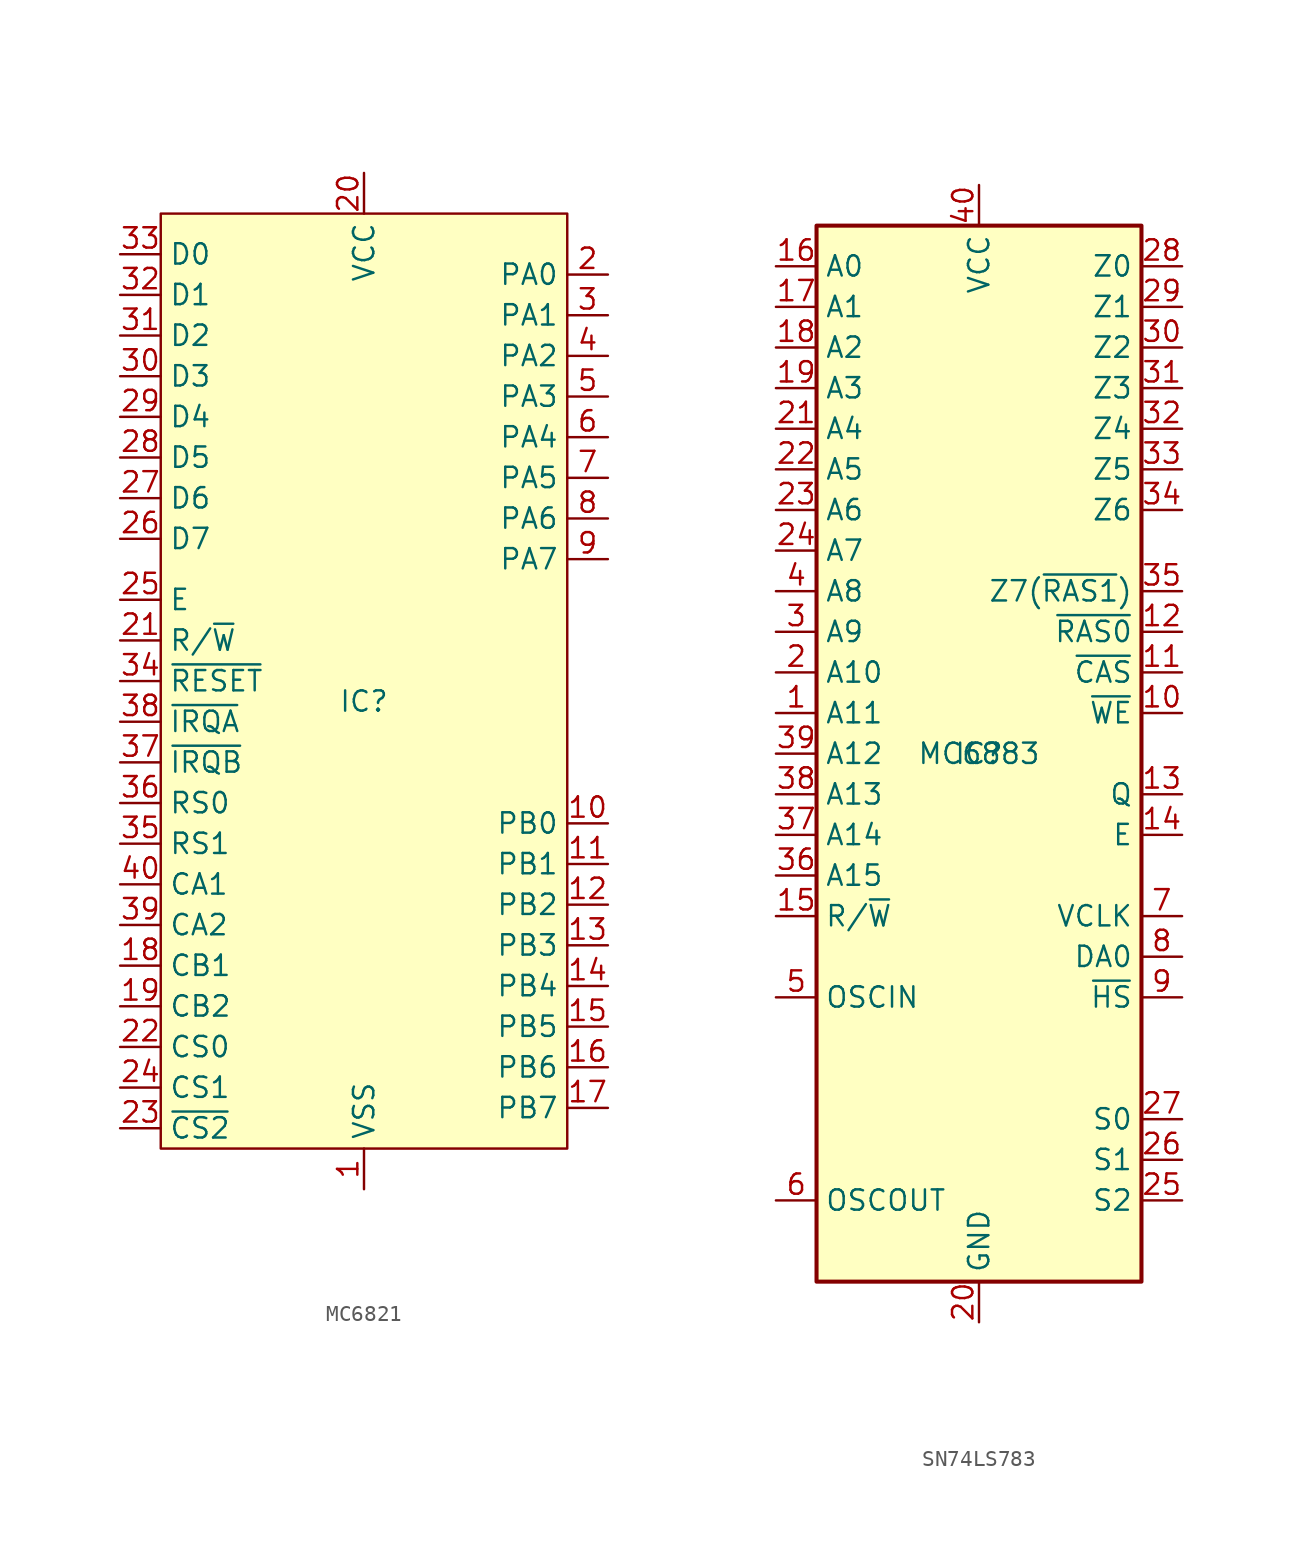
<source format=kicad_sym>
(kicad_symbol_lib
  (version 20241209)
  (generator "kicad_symbol_editor")
  (generator_version "9.0")
  (symbol "MC6821"
    (property "Reference" "IC"
      (at 0 0 0)
      (effects (font (size 1.27 1.27))))
    (property "Value" ""
      (at 0 0 0)
      (effects (font (size 1.27 1.27))))
    (symbol "MC6821_0_1"
      (rectangle (start -12.7 30.48) (end 12.7 -27.94) (stroke (width 0) (type default)) (fill (type background))))
    (symbol "MC6821_1_1"
      (pin bidirectional line (at -15.24 27.94 0) (length 2.54) (name "D0" (effects (font (size 1.27 1.27)))) (number "33" (effects (font (size 1.27 1.27)))))
      (pin bidirectional line (at -15.24 25.4 0) (length 2.54) (name "D1" (effects (font (size 1.27 1.27)))) (number "32" (effects (font (size 1.27 1.27)))))
      (pin bidirectional line (at -15.24 22.86 0) (length 2.54) (name "D2" (effects (font (size 1.27 1.27)))) (number "31" (effects (font (size 1.27 1.27)))))
      (pin bidirectional line (at -15.24 20.32 0) (length 2.54) (name "D3" (effects (font (size 1.27 1.27)))) (number "30" (effects (font (size 1.27 1.27)))))
      (pin bidirectional line (at -15.24 17.78 0) (length 2.54) (name "D4" (effects (font (size 1.27 1.27)))) (number "29" (effects (font (size 1.27 1.27)))))
      (pin bidirectional line (at -15.24 15.24 0) (length 2.54) (name "D5" (effects (font (size 1.27 1.27)))) (number "28" (effects (font (size 1.27 1.27)))))
      (pin bidirectional line (at -15.24 12.7 0) (length 2.54) (name "D6" (effects (font (size 1.27 1.27)))) (number "27" (effects (font (size 1.27 1.27)))))
      (pin bidirectional line (at -15.24 10.16 0) (length 2.54) (name "D7" (effects (font (size 1.27 1.27)))) (number "26" (effects (font (size 1.27 1.27)))))
      (pin input line (at -15.24 6.35 0) (length 2.54) (name "E" (effects (font (size 1.27 1.27)))) (number "25" (effects (font (size 1.27 1.27)))))
      (pin input line (at -15.24 3.81 0) (length 2.54) (name "R/~{W}" (effects (font (size 1.27 1.27)))) (number "21" (effects (font (size 1.27 1.27)))))
      (pin input line (at -15.24 1.27 0) (length 2.54) (name "~{RESET}" (effects (font (size 1.27 1.27)))) (number "34" (effects (font (size 1.27 1.27)))))
      (pin input line (at -15.24 -1.27 0) (length 2.54) (name "~{IRQA}" (effects (font (size 1.27 1.27)))) (number "38" (effects (font (size 1.27 1.27)))))
      (pin input line (at -15.24 -3.81 0) (length 2.54) (name "~{IRQB}" (effects (font (size 1.27 1.27)))) (number "37" (effects (font (size 1.27 1.27)))))
      (pin input line (at -15.24 -6.35 0) (length 2.54) (name "RS0" (effects (font (size 1.27 1.27)))) (number "36" (effects (font (size 1.27 1.27)))))
      (pin input line (at -15.24 -8.89 0) (length 2.54) (name "RS1" (effects (font (size 1.27 1.27)))) (number "35" (effects (font (size 1.27 1.27)))))
      (pin input line (at -15.24 -11.43 0) (length 2.54) (name "CA1" (effects (font (size 1.27 1.27)))) (number "40" (effects (font (size 1.27 1.27)))))
      (pin input line (at -15.24 -13.97 0) (length 2.54) (name "CA2" (effects (font (size 1.27 1.27)))) (number "39" (effects (font (size 1.27 1.27)))))
      (pin input line (at -15.24 -16.51 0) (length 2.54) (name "CB1" (effects (font (size 1.27 1.27)))) (number "18" (effects (font (size 1.27 1.27)))))
      (pin input line (at -15.24 -19.05 0) (length 2.54) (name "CB2" (effects (font (size 1.27 1.27)))) (number "19" (effects (font (size 1.27 1.27)))))
      (pin input line (at -15.24 -21.59 0) (length 2.54) (name "CS0" (effects (font (size 1.27 1.27)))) (number "22" (effects (font (size 1.27 1.27)))))
      (pin input line (at -15.24 -24.13 0) (length 2.54) (name "CS1" (effects (font (size 1.27 1.27)))) (number "24" (effects (font (size 1.27 1.27)))))
      (pin input line (at -15.24 -26.67 0) (length 2.54) (name "~{CS2}" (effects (font (size 1.27 1.27)))) (number "23" (effects (font (size 1.27 1.27)))))
      (pin power_in line (at 0 33.02 270) (length 2.54) (name "VCC" (effects (font (size 1.27 1.27)))) (number "20" (effects (font (size 1.27 1.27)))))
      (pin power_in line (at 0 -30.48 90) (length 2.54) (name "VSS" (effects (font (size 1.27 1.27)))) (number "1" (effects (font (size 1.27 1.27)))))
      (pin bidirectional line (at 15.24 26.67 180) (length 2.54) (name "PA0" (effects (font (size 1.27 1.27)))) (number "2" (effects (font (size 1.27 1.27)))))
      (pin bidirectional line (at 15.24 24.13 180) (length 2.54) (name "PA1" (effects (font (size 1.27 1.27)))) (number "3" (effects (font (size 1.27 1.27)))))
      (pin bidirectional line (at 15.24 21.59 180) (length 2.54) (name "PA2" (effects (font (size 1.27 1.27)))) (number "4" (effects (font (size 1.27 1.27)))))
      (pin bidirectional line (at 15.24 19.05 180) (length 2.54) (name "PA3" (effects (font (size 1.27 1.27)))) (number "5" (effects (font (size 1.27 1.27)))))
      (pin bidirectional line (at 15.24 16.51 180) (length 2.54) (name "PA4" (effects (font (size 1.27 1.27)))) (number "6" (effects (font (size 1.27 1.27)))))
      (pin bidirectional line (at 15.24 13.97 180) (length 2.54) (name "PA5" (effects (font (size 1.27 1.27)))) (number "7" (effects (font (size 1.27 1.27)))))
      (pin bidirectional line (at 15.24 11.43 180) (length 2.54) (name "PA6" (effects (font (size 1.27 1.27)))) (number "8" (effects (font (size 1.27 1.27)))))
      (pin bidirectional line (at 15.24 8.89 180) (length 2.54) (name "PA7" (effects (font (size 1.27 1.27)))) (number "9" (effects (font (size 1.27 1.27)))))
      (pin bidirectional line (at 15.24 -7.62 180) (length 2.54) (name "PB0" (effects (font (size 1.27 1.27)))) (number "10" (effects (font (size 1.27 1.27)))))
      (pin bidirectional line (at 15.24 -10.16 180) (length 2.54) (name "PB1" (effects (font (size 1.27 1.27)))) (number "11" (effects (font (size 1.27 1.27)))))
      (pin bidirectional line (at 15.24 -12.7 180) (length 2.54) (name "PB2" (effects (font (size 1.27 1.27)))) (number "12" (effects (font (size 1.27 1.27)))))
      (pin bidirectional line (at 15.24 -15.24 180) (length 2.54) (name "PB3" (effects (font (size 1.27 1.27)))) (number "13" (effects (font (size 1.27 1.27)))))
      (pin bidirectional line (at 15.24 -17.78 180) (length 2.54) (name "PB4" (effects (font (size 1.27 1.27)))) (number "14" (effects (font (size 1.27 1.27)))))
      (pin bidirectional line (at 15.24 -20.32 180) (length 2.54) (name "PB5" (effects (font (size 1.27 1.27)))) (number "15" (effects (font (size 1.27 1.27)))))
      (pin bidirectional line (at 15.24 -22.86 180) (length 2.54) (name "PB6" (effects (font (size 1.27 1.27)))) (number "16" (effects (font (size 1.27 1.27)))))
      (pin bidirectional line (at 15.24 -25.4 180) (length 2.54) (name "PB7" (effects (font (size 1.27 1.27)))) (number "17" (effects (font (size 1.27 1.27)))))))
  (symbol "SN74LS783"
    (property "Reference" "IC"
      (at 0 0 0)
      (effects (font (size 1.27 1.27))))
    (property "Value" "MC6883"
      (at 0 0 0)
      (effects (font (size 1.27 1.27))))
    (symbol "SN74LS783_0_1"
      (rectangle (start -10.16 -33.02) (end 10.16 33.02) (stroke (width 0.254) (type default)) (fill (type background))))
    (symbol "SN74LS783_1_1"
      (pin input line (at -12.7 30.48 0) (length 2.54) (name "A0" (effects (font (size 1.27 1.27)))) (number "16" (effects (font (size 1.27 1.27)))))
      (pin input line (at -12.7 27.94 0) (length 2.54) (name "A1" (effects (font (size 1.27 1.27)))) (number "17" (effects (font (size 1.27 1.27)))))
      (pin input line (at -12.7 25.4 0) (length 2.54) (name "A2" (effects (font (size 1.27 1.27)))) (number "18" (effects (font (size 1.27 1.27)))))
      (pin input line (at -12.7 22.86 0) (length 2.54) (name "A3" (effects (font (size 1.27 1.27)))) (number "19" (effects (font (size 1.27 1.27)))))
      (pin input line (at -12.7 20.32 0) (length 2.54) (name "A4" (effects (font (size 1.27 1.27)))) (number "21" (effects (font (size 1.27 1.27)))))
      (pin input line (at -12.7 17.78 0) (length 2.54) (name "A5" (effects (font (size 1.27 1.27)))) (number "22" (effects (font (size 1.27 1.27)))))
      (pin input line (at -12.7 15.24 0) (length 2.54) (name "A6" (effects (font (size 1.27 1.27)))) (number "23" (effects (font (size 1.27 1.27)))))
      (pin input line (at -12.7 12.7 0) (length 2.54) (name "A7" (effects (font (size 1.27 1.27)))) (number "24" (effects (font (size 1.27 1.27)))))
      (pin input line (at -12.7 10.16 0) (length 2.54) (name "A8" (effects (font (size 1.27 1.27)))) (number "4" (effects (font (size 1.27 1.27)))))
      (pin input line (at -12.7 7.62 0) (length 2.54) (name "A9" (effects (font (size 1.27 1.27)))) (number "3" (effects (font (size 1.27 1.27)))))
      (pin input line (at -12.7 5.08 0) (length 2.54) (name "A10" (effects (font (size 1.27 1.27)))) (number "2" (effects (font (size 1.27 1.27)))))
      (pin input line (at -12.7 2.54 0) (length 2.54) (name "A11" (effects (font (size 1.27 1.27)))) (number "1" (effects (font (size 1.27 1.27)))))
      (pin input line (at -12.7 0 0) (length 2.54) (name "A12" (effects (font (size 1.27 1.27)))) (number "39" (effects (font (size 1.27 1.27)))))
      (pin input line (at -12.7 -2.54 0) (length 2.54) (name "A13" (effects (font (size 1.27 1.27)))) (number "38" (effects (font (size 1.27 1.27)))))
      (pin input line (at -12.7 -5.08 0) (length 2.54) (name "A14" (effects (font (size 1.27 1.27)))) (number "37" (effects (font (size 1.27 1.27)))))
      (pin input line (at -12.7 -7.62 0) (length 2.54) (name "A15" (effects (font (size 1.27 1.27)))) (number "36" (effects (font (size 1.27 1.27)))))
      (pin output line (at -12.7 -10.16 0) (length 2.54) (name "R/~{W}" (effects (font (size 1.27 1.27)))) (number "15" (effects (font (size 1.27 1.27)))))
      (pin input line (at -12.7 -15.24 0) (length 2.54) (name "OSCIN" (effects (font (size 1.27 1.27)))) (number "5" (effects (font (size 1.27 1.27)))))
      (pin output line (at -12.7 -27.94 0) (length 2.54) (name "OSCOUT" (effects (font (size 1.27 1.27)))) (number "6" (effects (font (size 1.27 1.27)))))
      (pin power_in line (at 0 35.56 270) (length 2.54) (name "VCC" (effects (font (size 1.27 1.27)))) (number "40" (effects (font (size 1.27 1.27)))))
      (pin power_in line (at 0 -35.56 90) (length 2.54) (name "GND" (effects (font (size 1.27 1.27)))) (number "20" (effects (font (size 1.27 1.27)))))
      (pin output line (at 12.7 30.48 180) (length 2.54) (name "Z0" (effects (font (size 1.27 1.27)))) (number "28" (effects (font (size 1.27 1.27)))))
      (pin output line (at 12.7 27.94 180) (length 2.54) (name "Z1" (effects (font (size 1.27 1.27)))) (number "29" (effects (font (size 1.27 1.27)))))
      (pin output line (at 12.7 25.4 180) (length 2.54) (name "Z2" (effects (font (size 1.27 1.27)))) (number "30" (effects (font (size 1.27 1.27)))))
      (pin output line (at 12.7 22.86 180) (length 2.54) (name "Z3" (effects (font (size 1.27 1.27)))) (number "31" (effects (font (size 1.27 1.27)))))
      (pin output line (at 12.7 20.32 180) (length 2.54) (name "Z4" (effects (font (size 1.27 1.27)))) (number "32" (effects (font (size 1.27 1.27)))))
      (pin output line (at 12.7 17.78 180) (length 2.54) (name "Z5" (effects (font (size 1.27 1.27)))) (number "33" (effects (font (size 1.27 1.27)))))
      (pin output line (at 12.7 15.24 180) (length 2.54) (name "Z6" (effects (font (size 1.27 1.27)))) (number "34" (effects (font (size 1.27 1.27)))))
      (pin output line (at 12.7 10.16 180) (length 2.54) (name "Z7(~{RAS1})" (effects (font (size 1.27 1.27)))) (number "35" (effects (font (size 1.27 1.27)))))
      (pin output line (at 12.7 7.62 180) (length 2.54) (name "~{RAS0}" (effects (font (size 1.27 1.27)))) (number "12" (effects (font (size 1.27 1.27)))))
      (pin output line (at 12.7 5.08 180) (length 2.54) (name "~{CAS}" (effects (font (size 1.27 1.27)))) (number "11" (effects (font (size 1.27 1.27)))))
      (pin output line (at 12.7 2.54 180) (length 2.54) (name "~{WE}" (effects (font (size 1.27 1.27)))) (number "10" (effects (font (size 1.27 1.27)))))
      (pin output line (at 12.7 -2.54 180) (length 2.54) (name "Q" (effects (font (size 1.27 1.27)))) (number "13" (effects (font (size 1.27 1.27)))))
      (pin output line (at 12.7 -5.08 180) (length 2.54) (name "E" (effects (font (size 1.27 1.27)))) (number "14" (effects (font (size 1.27 1.27)))))
      (pin input line (at 12.7 -10.16 180) (length 2.54) (name "VCLK" (effects (font (size 1.27 1.27)))) (number "7" (effects (font (size 1.27 1.27)))))
      (pin input line (at 12.7 -12.7 180) (length 2.54) (name "DA0" (effects (font (size 1.27 1.27)))) (number "8" (effects (font (size 1.27 1.27)))))
      (pin input line (at 12.7 -15.24 180) (length 2.54) (name "~{HS}" (effects (font (size 1.27 1.27)))) (number "9" (effects (font (size 1.27 1.27)))))
      (pin output line (at 12.7 -22.86 180) (length 2.54) (name "S0" (effects (font (size 1.27 1.27)))) (number "27" (effects (font (size 1.27 1.27)))))
      (pin output line (at 12.7 -25.4 180) (length 2.54) (name "S1" (effects (font (size 1.27 1.27)))) (number "26" (effects (font (size 1.27 1.27)))))
      (pin output line (at 12.7 -27.94 180) (length 2.54) (name "S2" (effects (font (size 1.27 1.27)))) (number "25" (effects (font (size 1.27 1.27))))))))
</source>
